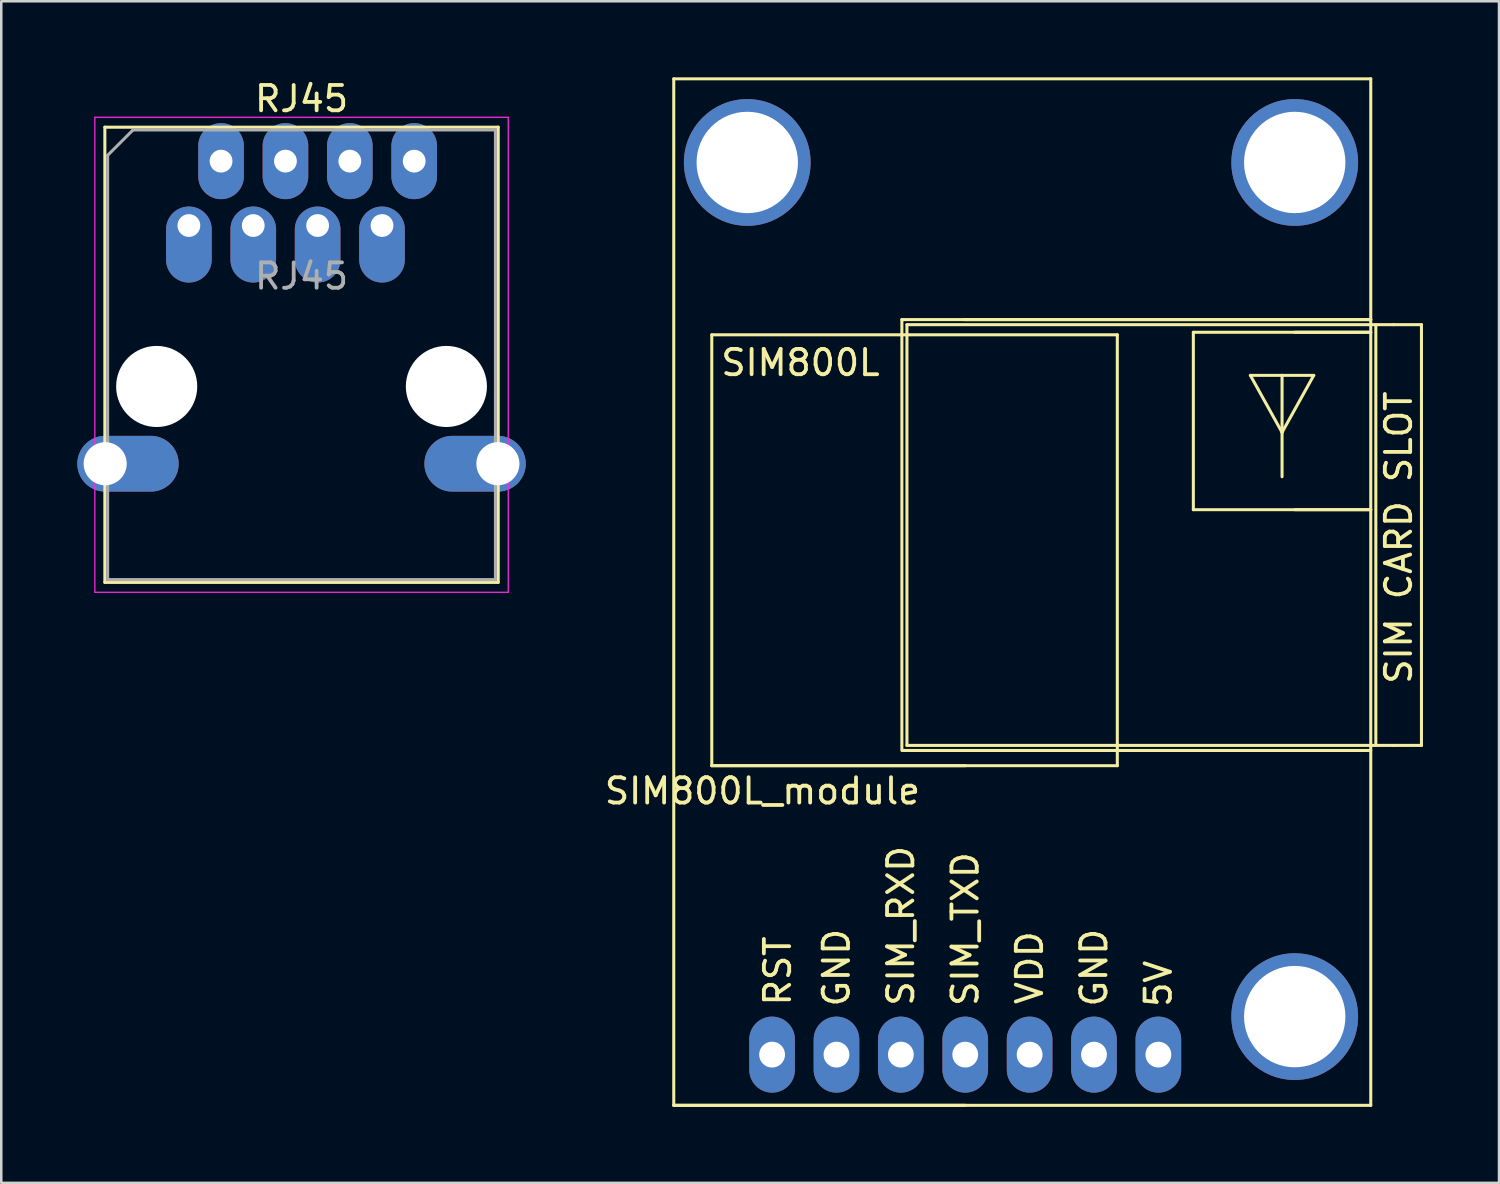
<source format=kicad_pcb>
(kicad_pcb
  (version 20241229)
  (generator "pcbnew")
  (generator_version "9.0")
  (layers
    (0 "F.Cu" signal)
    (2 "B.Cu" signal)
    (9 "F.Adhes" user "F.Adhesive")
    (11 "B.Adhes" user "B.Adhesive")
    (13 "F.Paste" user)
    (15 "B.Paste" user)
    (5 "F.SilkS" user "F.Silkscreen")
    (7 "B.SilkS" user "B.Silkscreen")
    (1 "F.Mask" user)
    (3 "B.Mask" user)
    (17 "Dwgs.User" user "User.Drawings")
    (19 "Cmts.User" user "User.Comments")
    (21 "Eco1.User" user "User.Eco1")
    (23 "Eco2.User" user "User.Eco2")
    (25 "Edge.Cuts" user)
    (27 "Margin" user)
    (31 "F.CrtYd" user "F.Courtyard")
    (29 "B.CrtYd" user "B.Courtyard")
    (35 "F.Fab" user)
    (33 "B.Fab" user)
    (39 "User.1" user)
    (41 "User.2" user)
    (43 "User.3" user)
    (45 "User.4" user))
  (footprint "RJ45"
    (layer "F.Cu")
    (at 4.402 5.848)
    (property "Reference" "RJ45" (at 4.445 -5 0) (layer "F.SilkS") (effects (font (size 1 1) (thickness 0.15))))
    (attr through_hole)
    (fp_line (start -3.315 -3.88) (end -3.315 14.08) (stroke (width 0.12) (type solid)) (layer "F.SilkS"))
    (fp_line (start -3.315 14.08) (end 12.205 14.08) (stroke (width 0.12) (type solid)) (layer "F.SilkS"))
    (fp_line (start 12.205 -3.88) (end -3.315 -3.88) (stroke (width 0.12) (type solid)) (layer "F.SilkS"))
    (fp_line (start 12.205 -3.88) (end 12.205 14.08) (stroke (width 0.12) (type solid)) (layer "F.SilkS"))
    (fp_line (start -3.71 -4.27) (end -3.71 14.47) (stroke (width 0.05) (type solid)) (layer "F.CrtYd"))
    (fp_line (start -3.71 -4.27) (end 12.6 -4.27) (stroke (width 0.05) (type solid)) (layer "F.CrtYd"))
    (fp_line (start 12.6 14.47) (end -3.71 14.47) (stroke (width 0.05) (type solid)) (layer "F.CrtYd"))
    (fp_line (start 12.6 14.47) (end 12.6 -4.27) (stroke (width 0.05) (type solid)) (layer "F.CrtYd"))
    (fp_line (start -3.205 -2.77) (end -2.205 -3.77) (stroke (width 0.12) (type solid)) (layer "F.Fab"))
    (fp_line (start -3.205 13.97) (end -3.205 -2.77) (stroke (width 0.12) (type solid)) (layer "F.Fab"))
    (fp_line (start -2.205 -3.77) (end 12.095 -3.77) (stroke (width 0.12) (type solid)) (layer "F.Fab"))
    (fp_line (start 12.095 -3.77) (end 12.095 13.97) (stroke (width 0.12) (type solid)) (layer "F.Fab"))
    (fp_line (start 12.095 13.97) (end -3.205 13.97) (stroke (width 0.12) (type solid)) (layer "F.Fab"))
    (fp_text user "${REFERENCE}" (at 4.445 2 0) (layer "F.Fab") (effects (font (size 1 1) (thickness 0.15))))
    (pad "" np_thru_hole circle (at -1.27 6.35) (size 3.2 3.2) (drill 3.2) (layers "*.Cu" "*.Mask"))
    (pad "" np_thru_hole circle (at 10.16 6.35) (size 3.2 3.2) (drill 3.2) (layers "*.Cu" "*.Mask"))
    (pad "1" thru_hole oval (at 0 0) (size 1.8 3) (drill 0.9 (offset 0 0.75)) (layers "*.Cu" "*.Mask"))
    (pad "2" thru_hole oval (at 1.27 -2.54) (size 1.8 3) (drill 0.9) (layers "*.Cu" "*.Mask"))
    (pad "3" thru_hole oval (at 2.54 0) (size 1.8 3) (drill 0.9 (offset 0 0.75)) (layers "*.Cu" "*.Mask"))
    (pad "4" thru_hole oval (at 3.81 -2.54) (size 1.8 3) (drill 0.9) (layers "*.Cu" "*.Mask"))
    (pad "5" thru_hole oval (at 5.08 0) (size 1.8 3) (drill 0.9 (offset 0 0.75)) (layers "*.Cu" "*.Mask"))
    (pad "6" thru_hole oval (at 6.35 -2.54) (size 1.8 3) (drill 0.9) (layers "*.Cu" "*.Mask"))
    (pad "7" thru_hole oval (at 7.62 0) (size 1.8 3) (drill 0.9 (offset 0 0.75)) (layers "*.Cu" "*.Mask"))
    (pad "8" thru_hole oval (at 8.89 -2.54) (size 1.8 3) (drill 0.9) (layers "*.Cu" "*.Mask"))
    (pad "10" thru_hole oval (at -3.302 9.398 90) (size 2.2 4) (drill 1.7 (offset 0 0.9)) (layers "*.Cu" "*.Mask"))
    (pad "10" thru_hole oval (at 12.192 9.398 270) (size 2.2 4) (drill 1.7 (offset 0 0.9)) (layers "*.Cu" "*.Mask")))
  (footprint "SIM800L_module"
    (layer "F.Cu")
    (at 35.033 38.56)
    (property "Reference" "SIM800L_module" (at -8 -10.4 0) (layer "F.SilkS") (effects (font (size 1 1) (thickness 0.15))))
    (attr through_hole)
    (fp_line (start -11.5 -38.5) (end 16 -38.5) (stroke (width 0.12) (type solid)) (layer "F.SilkS"))
    (fp_line (start -11.5 2) (end -11.5 -38.5) (stroke (width 0.12) (type solid)) (layer "F.SilkS"))
    (fp_line (start -11.5 2) (end 16 2) (stroke (width 0.12) (type solid)) (layer "F.SilkS"))
    (fp_line (start -10 -28.4) (end 6 -28.4) (stroke (width 0.12) (type solid)) (layer "F.SilkS"))
    (fp_line (start -10 -11.4) (end -10 -28.4) (stroke (width 0.12) (type solid)) (layer "F.SilkS"))
    (fp_line (start -10 -11.4) (end 6 -11.4) (stroke (width 0.12) (type solid)) (layer "F.SilkS"))
    (fp_line (start -2.5 -29) (end -2.5 -12) (stroke (width 0.12) (type solid)) (layer "F.SilkS"))
    (fp_line (start -2.45 -12) (end 16 -12) (stroke (width 0.12) (type solid)) (layer "F.SilkS"))
    (fp_line (start -2.3 -28.8) (end -2.3 -12.2) (stroke (width 0.12) (type solid)) (layer "F.SilkS"))
    (fp_line (start -2.3 -12.2) (end 16 -12.2) (stroke (width 0.12) (type solid)) (layer "F.SilkS"))
    (fp_line (start -0.05 -29) (end 16 -29) (stroke (width 0.12) (type solid)) (layer "F.SilkS"))
    (fp_line (start 0 -11.4) (end -10 -11.4) (stroke (width 0.12) (type solid)) (layer "F.SilkS"))
    (fp_line (start 0 2) (end -11.5 2) (stroke (width 0.12) (type solid)) (layer "F.SilkS"))
    (fp_line (start 6 -11.4) (end 6 -28.4) (stroke (width 0.12) (type solid)) (layer "F.SilkS"))
    (fp_line (start 9 -28.5) (end 9 -21.5) (stroke (width 0.12) (type solid)) (layer "F.SilkS"))
    (fp_line (start 9 -21.5) (end 16 -21.5) (stroke (width 0.12) (type solid)) (layer "F.SilkS"))
    (fp_line (start 11.25 -26.8) (end 12.5 -24.55) (stroke (width 0.12) (type solid)) (layer "F.SilkS"))
    (fp_line (start 12.5 -26.8) (end 11.25 -26.8) (stroke (width 0.12) (type solid)) (layer "F.SilkS"))
    (fp_line (start 12.5 -26.8) (end 13.75 -26.8) (stroke (width 0.12) (type solid)) (layer "F.SilkS"))
    (fp_line (start 12.5 -24.55) (end 12.5 -26.8) (stroke (width 0.12) (type solid)) (layer "F.SilkS"))
    (fp_line (start 12.5 -22.8) (end 12.5 -24.55) (stroke (width 0.12) (type solid)) (layer "F.SilkS"))
    (fp_line (start 13 -28.5) (end 16 -28.5) (stroke (width 0.12) (type solid)) (layer "F.SilkS"))
    (fp_line (start 13 -21.5) (end 16 -21.5) (stroke (width 0.12) (type solid)) (layer "F.SilkS"))
    (fp_line (start 13.75 -26.8) (end 12.5 -24.55) (stroke (width 0.12) (type solid)) (layer "F.SilkS"))
    (fp_line (start 16 -29) (end -2.5 -29) (stroke (width 0.12) (type solid)) (layer "F.SilkS"))
    (fp_line (start 16 -28.8) (end -2.3 -28.8) (stroke (width 0.12) (type solid)) (layer "F.SilkS"))
    (fp_line (start 16 -28.8) (end 16.9 -28.8) (stroke (width 0.12) (type solid)) (layer "F.SilkS"))
    (fp_line (start 16 -28.5) (end 9 -28.5) (stroke (width 0.12) (type solid)) (layer "F.SilkS"))
    (fp_line (start 16 2) (end 16 -38.5) (stroke (width 0.12) (type solid)) (layer "F.SilkS"))
    (fp_line (start 16.2 -28.8) (end 16.2 -12.2) (stroke (width 0.12) (type solid)) (layer "F.SilkS"))
    (fp_line (start 16.9 -28.8) (end 18 -28.8) (stroke (width 0.12) (type solid)) (layer "F.SilkS"))
    (fp_line (start 16.9 -12.2) (end 16 -12.2) (stroke (width 0.12) (type solid)) (layer "F.SilkS"))
    (fp_line (start 18 -28.8) (end 18 -12.2) (stroke (width 0.12) (type solid)) (layer "F.SilkS"))
    (fp_line (start 18 -12.2) (end 16.9 -12.2) (stroke (width 0.12) (type solid)) (layer "F.SilkS"))
    (fp_text user "VDD" (at 2.54 -3.429 90) (layer "F.SilkS") (effects (font (size 1 1) (thickness 0.15))))
    (fp_text user "RST" (at -7.4 -3.302 90) (layer "F.SilkS") (effects (font (size 1 1) (thickness 0.15))))
    (fp_text user "SIM_RXD" (at -2.54 -5.08 90) (layer "F.SilkS") (effects (font (size 1 1) (thickness 0.15))))
    (fp_text user "SIM800L" (at -6.5 -27.3 0) (layer "F.SilkS") (effects (font (size 1 1) (thickness 0.15))))
    (fp_text user "GND" (at -5.08 -3.429 90) (layer "F.SilkS") (effects (font (size 1 1) (thickness 0.15))))
    (fp_text user "GND" (at 5.08 -3.429 90) (layer "F.SilkS") (effects (font (size 1 1) (thickness 0.15))))
    (fp_text user "5V" (at 7.62 -2.794 90) (layer "F.SilkS") (effects (font (size 1 1) (thickness 0.15))))
    (fp_text user "SIM CARD SLOT" (at 17.1 -20.4 90) (layer "F.SilkS") (effects (font (size 1 1) (thickness 0.15))))
    (fp_text user "SIM_TXD" (at 0 -4.953 90) (layer "F.SilkS") (effects (font (size 1 1) (thickness 0.15))))
    (pad "" thru_hole circle (at -8.6 -35.2) (size 5 5) (drill 4) (layers "*.Cu" "*.Mask"))
    (pad "" thru_hole circle (at 13 -35.2) (size 5 5) (drill 4) (layers "*.Cu" "*.Mask"))
    (pad "" thru_hole circle (at 13 -1.5) (size 5 5) (drill 4) (layers "*.Cu" "*.Mask"))
    (pad "1" thru_hole oval (at -7.62 0) (size 1.8 3) (drill 1.02) (layers "*.Cu" "*.Mask"))
    (pad "2" thru_hole oval (at -5.08 0) (size 1.8 3) (drill 1.02) (layers "*.Cu" "*.Mask"))
    (pad "3" thru_hole oval (at -2.54 0) (size 1.8 3) (drill 1.02) (layers "*.Cu" "*.Mask"))
    (pad "4" thru_hole oval (at 0 0) (size 1.8 3) (drill 1.02) (layers "*.Cu" "*.Mask"))
    (pad "5" thru_hole oval (at 2.54 0) (size 1.8 3) (drill 1.02) (layers "*.Cu" "*.Mask"))
    (pad "6" thru_hole oval (at 5.08 0) (size 1.8 3) (drill 1.02) (layers "*.Cu" "*.Mask"))
    (pad "7" thru_hole oval (at 7.62 0) (size 1.8 3) (drill 1.02) (layers "*.Cu" "*.Mask")))
  (gr_rect
    (start -3 -3)
    (end 56.093 43.62)
    (stroke (width 0.1) (type default))
    (fill no)
    (layer "Edge.Cuts")))
</source>
